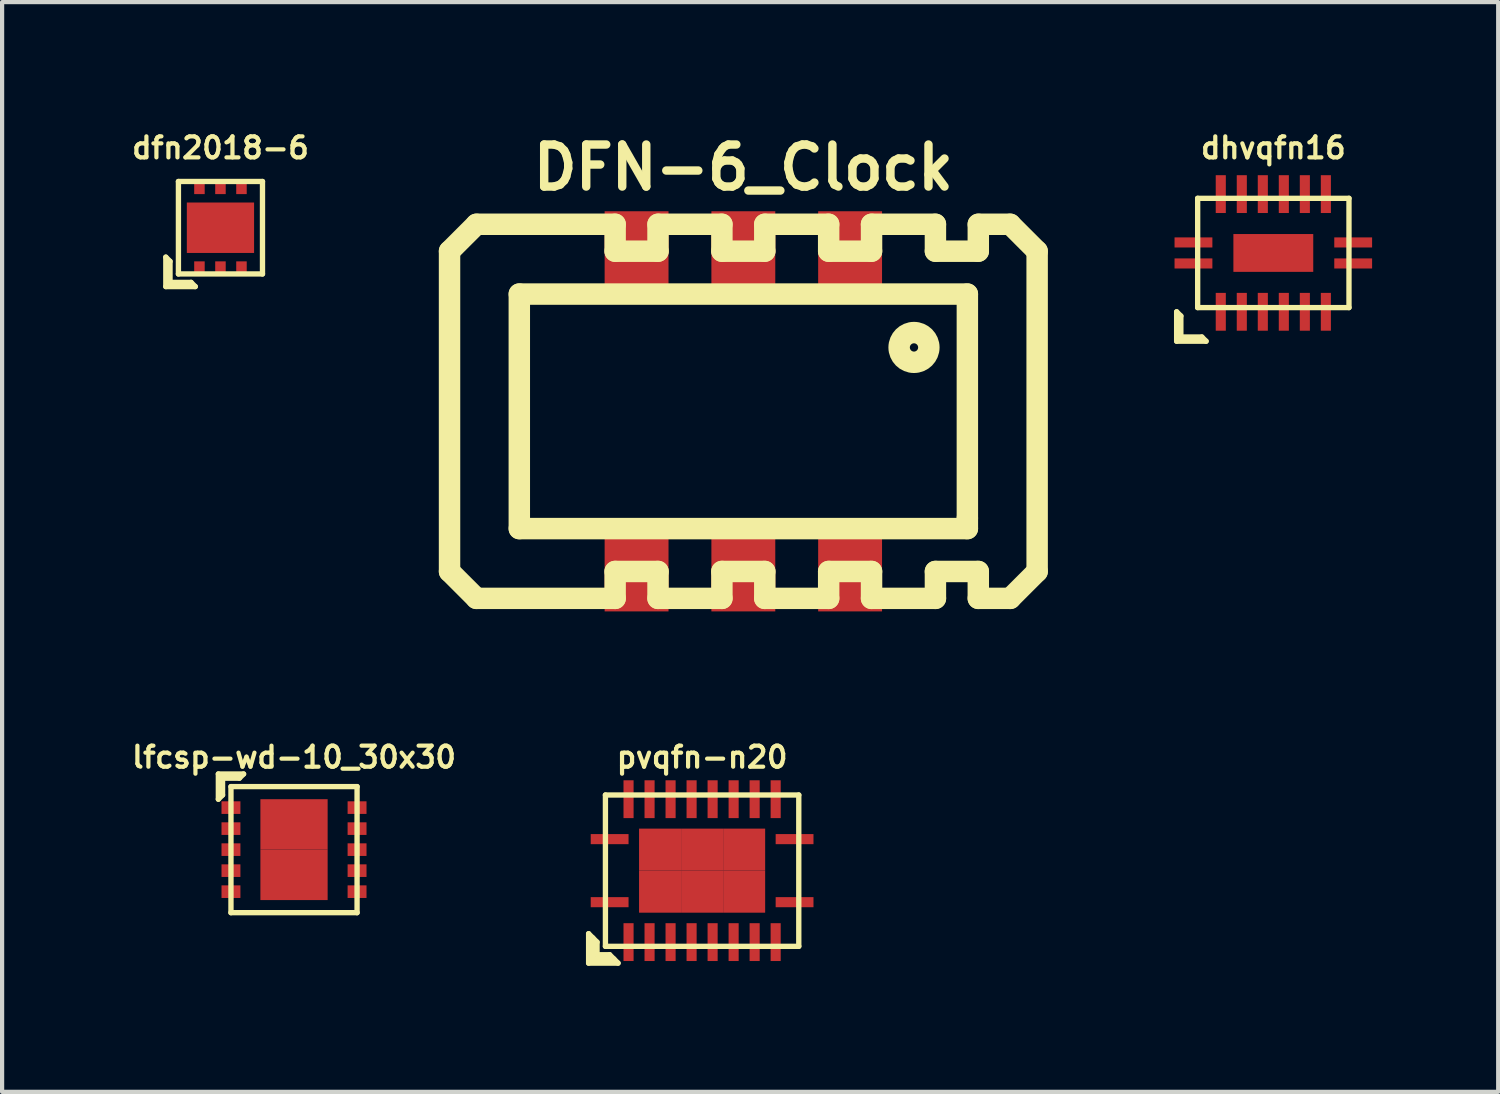
<source format=kicad_pcb>
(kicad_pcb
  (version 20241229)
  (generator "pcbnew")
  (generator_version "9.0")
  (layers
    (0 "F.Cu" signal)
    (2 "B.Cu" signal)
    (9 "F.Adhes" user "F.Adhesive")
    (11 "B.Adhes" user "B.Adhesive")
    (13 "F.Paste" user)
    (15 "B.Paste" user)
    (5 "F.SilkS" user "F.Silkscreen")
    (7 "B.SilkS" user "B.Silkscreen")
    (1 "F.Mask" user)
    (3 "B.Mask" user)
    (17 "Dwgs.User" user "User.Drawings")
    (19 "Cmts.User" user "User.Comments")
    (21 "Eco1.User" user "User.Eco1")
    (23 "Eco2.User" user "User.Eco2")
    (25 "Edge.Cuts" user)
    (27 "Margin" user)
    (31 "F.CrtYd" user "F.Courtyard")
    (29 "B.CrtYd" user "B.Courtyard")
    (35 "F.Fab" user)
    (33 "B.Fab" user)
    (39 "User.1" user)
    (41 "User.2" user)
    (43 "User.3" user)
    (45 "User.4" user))
  (footprint "dhvqfn16"
    (layer "F.Cu")
    (at 27.244 2.968)
    (property "Reference" "dhvqfn16" (at 0 -2.5 0) (layer "F.SilkS") (effects (font (size 0.5 0.5) (thickness 0.1))))
    (attr through_hole)
    (fp_line (start -2.3 1.4) (end -2.3 2.1) (stroke (width 0.127) (type solid)) (layer "F.SilkS"))
    (fp_line (start -2.3 2.1) (end -1.6 2.1) (stroke (width 0.127) (type solid)) (layer "F.SilkS"))
    (fp_line (start -2.2 1.5) (end -2.3 1.4) (stroke (width 0.127) (type solid)) (layer "F.SilkS"))
    (fp_line (start -2.2 2) (end -2.2 1.5) (stroke (width 0.127) (type solid)) (layer "F.SilkS"))
    (fp_line (start -1.8 -1.3) (end 1.8 -1.3) (stroke (width 0.127) (type solid)) (layer "F.SilkS"))
    (fp_line (start -1.8 1.3) (end -1.8 -1.3) (stroke (width 0.127) (type solid)) (layer "F.SilkS"))
    (fp_line (start -1.7 2) (end -2.2 2) (stroke (width 0.127) (type solid)) (layer "F.SilkS"))
    (fp_line (start -1.6 2.1) (end -1.7 2) (stroke (width 0.127) (type solid)) (layer "F.SilkS"))
    (fp_line (start 1.8 -1.3) (end 1.8 1.3) (stroke (width 0.127) (type solid)) (layer "F.SilkS"))
    (fp_line (start 1.8 1.3) (end -1.8 1.3) (stroke (width 0.127) (type solid)) (layer "F.SilkS"))
    (pad "" smd rect (at -0.35 0) (size 0.4 0.4) (layers "F.Paste"))
    (pad "" smd rect (at 0.35 0) (size 0.4 0.4) (layers "F.Paste"))
    (pad "1" smd rect (at -1.9 0.25) (size 0.9 0.24) (layers "F.Cu" "F.Mask" "F.Paste"))
    (pad "2" smd rect (at -1.25 1.4) (size 0.24 0.9) (layers "F.Cu" "F.Mask" "F.Paste"))
    (pad "3" smd rect (at -0.75 1.4) (size 0.24 0.9) (layers "F.Cu" "F.Mask" "F.Paste"))
    (pad "4" smd rect (at -0.25 1.4) (size 0.24 0.9) (layers "F.Cu" "F.Mask" "F.Paste"))
    (pad "5" smd rect (at 0.25 1.4) (size 0.24 0.9) (layers "F.Cu" "F.Mask" "F.Paste"))
    (pad "6" smd rect (at 0.75 1.4) (size 0.24 0.9) (layers "F.Cu" "F.Mask" "F.Paste"))
    (pad "7" smd rect (at 1.25 1.4) (size 0.24 0.9) (layers "F.Cu" "F.Mask" "F.Paste"))
    (pad "8" smd rect (at 1.9 0.25) (size 0.9 0.24) (layers "F.Cu" "F.Mask" "F.Paste"))
    (pad "9" smd rect (at 1.9 -0.25) (size 0.9 0.24) (layers "F.Cu" "F.Mask" "F.Paste"))
    (pad "10" smd rect (at 1.25 -1.4) (size 0.24 0.9) (layers "F.Cu" "F.Mask" "F.Paste"))
    (pad "11" smd rect (at 0.75 -1.4) (size 0.24 0.9) (layers "F.Cu" "F.Mask" "F.Paste"))
    (pad "12" smd rect (at 0.25 -1.4) (size 0.24 0.9) (layers "F.Cu" "F.Mask" "F.Paste"))
    (pad "13" smd rect (at -0.25 -1.4) (size 0.24 0.9) (layers "F.Cu" "F.Mask" "F.Paste"))
    (pad "14" smd rect (at -0.75 -1.4) (size 0.24 0.9) (layers "F.Cu" "F.Mask" "F.Paste"))
    (pad "15" smd rect (at -1.25 -1.4) (size 0.24 0.9) (layers "F.Cu" "F.Mask" "F.Paste"))
    (pad "16" smd rect (at -1.9 -0.25) (size 0.9 0.24) (layers "F.Cu" "F.Mask" "F.Paste"))
    (pad "17" smd rect (at 0 0) (size 1.9 0.9) (layers "F.Cu" "F.Mask")))
  (footprint "dfn2018-6"
    (layer "F.Cu")
    (at 2.195 2.368)
    (property "Reference" "dfn2018-6" (at 0 -1.9 0) (layer "F.SilkS") (effects (font (size 0.5 0.5) (thickness 0.1))))
    (attr through_hole)
    (fp_line (start -1.3 0.7) (end -1.3 1.4) (stroke (width 0.127) (type solid)) (layer "F.SilkS"))
    (fp_line (start -1.3 0.7) (end -1.2 0.8) (stroke (width 0.127) (type solid)) (layer "F.SilkS"))
    (fp_line (start -1.3 1.4) (end -0.6 1.4) (stroke (width 0.127) (type solid)) (layer "F.SilkS"))
    (fp_line (start -1.2 1.3) (end -1.2 0.8) (stroke (width 0.127) (type solid)) (layer "F.SilkS"))
    (fp_line (start -1 -1.1) (end 1 -1.1) (stroke (width 0.127) (type solid)) (layer "F.SilkS"))
    (fp_line (start -1 1.1) (end -1 -1.1) (stroke (width 0.127) (type solid)) (layer "F.SilkS"))
    (fp_line (start -0.7 1.3) (end -1.2 1.3) (stroke (width 0.127) (type solid)) (layer "F.SilkS"))
    (fp_line (start -0.7 1.3) (end -0.6 1.4) (stroke (width 0.127) (type solid)) (layer "F.SilkS"))
    (fp_line (start 1 -1.1) (end 1 1.1) (stroke (width 0.127) (type solid)) (layer "F.SilkS"))
    (fp_line (start 1 1.1) (end -1 1.1) (stroke (width 0.127) (type solid)) (layer "F.SilkS"))
    (pad "1" smd rect (at -0.5 0.975) (size 0.25 0.35) (layers "F.Cu" "F.Mask" "F.Paste"))
    (pad "2" smd rect (at 0 0.975) (size 0.25 0.35) (layers "F.Cu" "F.Mask" "F.Paste"))
    (pad "3" smd rect (at 0.5 0.975) (size 0.25 0.35) (layers "F.Cu" "F.Mask" "F.Paste"))
    (pad "4" smd rect (at 0.5 -0.975) (size 0.25 0.35) (layers "F.Cu" "F.Mask" "F.Paste"))
    (pad "5" smd rect (at 0 -0.975) (size 0.25 0.35) (layers "F.Cu" "F.Mask" "F.Paste"))
    (pad "6" smd rect (at -0.5 -0.975) (size 0.25 0.35) (layers "F.Cu" "F.Mask" "F.Paste"))
    (pad "7" smd rect (at 0 0) (size 1.6 1.2) (layers "F.Cu" "F.Mask" "F.Paste")))
  (footprint "lfcsp-wd-10_30x30"
    (layer "F.Cu")
    (at 3.945 17.164)
    (property "Reference" "lfcsp-wd-10_30x30" (at 0 -2.2 0) (layer "F.SilkS") (effects (font (size 0.5 0.5) (thickness 0.1))))
    (attr through_hole)
    (fp_line (start -1.8 -1.8) (end -1.8 -1.2) (stroke (width 0.127) (type solid)) (layer "F.SilkS"))
    (fp_line (start -1.8 -1.2) (end -1.7 -1.3) (stroke (width 0.127) (type solid)) (layer "F.SilkS"))
    (fp_line (start -1.7 -1.7) (end -1.3 -1.7) (stroke (width 0.127) (type solid)) (layer "F.SilkS"))
    (fp_line (start -1.7 -1.3) (end -1.7 -1.7) (stroke (width 0.127) (type solid)) (layer "F.SilkS"))
    (fp_line (start -1.5 -1.5) (end -1.5 1.5) (stroke (width 0.127) (type solid)) (layer "F.SilkS"))
    (fp_line (start -1.5 1.5) (end 1.5 1.5) (stroke (width 0.127) (type solid)) (layer "F.SilkS"))
    (fp_line (start -1.3 -1.7) (end -1.2 -1.8) (stroke (width 0.127) (type solid)) (layer "F.SilkS"))
    (fp_line (start -1.2 -1.8) (end -1.8 -1.8) (stroke (width 0.127) (type solid)) (layer "F.SilkS"))
    (fp_line (start 1.5 -1.5) (end -1.5 -1.5) (stroke (width 0.127) (type solid)) (layer "F.SilkS"))
    (fp_line (start 1.5 1.5) (end 1.5 -1.5) (stroke (width 0.127) (type solid)) (layer "F.SilkS"))
    (pad "1" smd rect (at -1.5 -1) (size 0.45 0.3) (layers "F.Cu" "F.Mask" "F.Paste"))
    (pad "2" smd rect (at -1.5 -0.5) (size 0.45 0.3) (layers "F.Cu" "F.Mask" "F.Paste"))
    (pad "3" smd rect (at -1.5 0) (size 0.45 0.3) (layers "F.Cu" "F.Mask" "F.Paste"))
    (pad "4" smd rect (at -1.5 0.5) (size 0.45 0.3) (layers "F.Cu" "F.Mask" "F.Paste"))
    (pad "5" smd rect (at -1.5 1) (size 0.45 0.3) (layers "F.Cu" "F.Mask" "F.Paste"))
    (pad "6" smd rect (at 1.5 1) (size 0.45 0.3) (layers "F.Cu" "F.Mask" "F.Paste"))
    (pad "7" smd rect (at 1.5 0.5) (size 0.45 0.3) (layers "F.Cu" "F.Mask" "F.Paste"))
    (pad "8" smd rect (at 1.5 0) (size 0.45 0.3) (layers "F.Cu" "F.Mask" "F.Paste"))
    (pad "9" smd rect (at 1.5 -0.5) (size 0.45 0.3) (layers "F.Cu" "F.Mask" "F.Paste"))
    (pad "10" smd rect (at 1.5 -1) (size 0.45 0.3) (layers "F.Cu" "F.Mask" "F.Paste"))
    (pad "11" smd rect (at 0 -0.6) (size 1.6 1.2) (layers "F.Cu" "F.Mask" "F.Paste"))
    (pad "11" smd rect (at 0 0.6) (size 1.6 1.2) (layers "F.Cu" "F.Mask" "F.Paste")))
  (footprint "DFN-6_Clock"
    (layer "F.Cu")
    (at 14.635 6.736)
    (property "Reference" "DFN-6_Clock" (at 0 -5.8 0) (layer "F.SilkS") (effects (font (size 1 1) (thickness 0.2))))
    (attr through_hole)
    (fp_line (start -6.99 -3.81) (end -6.99 3.81) (stroke (width 0.51) (type solid)) (layer "F.SilkS"))
    (fp_line (start -6.99 3.81) (end -6.35 4.45) (stroke (width 0.51) (type solid)) (layer "F.SilkS"))
    (fp_line (start -6.35 -4.45) (end -6.99 -3.81) (stroke (width 0.51) (type solid)) (layer "F.SilkS"))
    (fp_line (start -6.35 4.45) (end -3.05 4.45) (stroke (width 0.51) (type solid)) (layer "F.SilkS"))
    (fp_line (start -5.33 -2.79) (end 5.33 -2.79) (stroke (width 0.51) (type solid)) (layer "F.SilkS"))
    (fp_line (start -5.33 2.79) (end -5.33 -2.79) (stroke (width 0.51) (type solid)) (layer "F.SilkS"))
    (fp_line (start -3.05 -4.45) (end -6.35 -4.45) (stroke (width 0.51) (type solid)) (layer "F.SilkS"))
    (fp_line (start -3.05 -3.81) (end -3.05 -4.45) (stroke (width 0.51) (type solid)) (layer "F.SilkS"))
    (fp_line (start -3.05 3.81) (end -2.03 3.81) (stroke (width 0.51) (type solid)) (layer "F.SilkS"))
    (fp_line (start -3.05 4.45) (end -3.05 3.81) (stroke (width 0.51) (type solid)) (layer "F.SilkS"))
    (fp_line (start -2.03 -4.45) (end -2.03 -3.81) (stroke (width 0.51) (type solid)) (layer "F.SilkS"))
    (fp_line (start -2.03 -3.81) (end -3.05 -3.81) (stroke (width 0.51) (type solid)) (layer "F.SilkS"))
    (fp_line (start -2.03 3.81) (end -2.03 4.45) (stroke (width 0.51) (type solid)) (layer "F.SilkS"))
    (fp_line (start -2.03 4.45) (end -0.51 4.45) (stroke (width 0.51) (type solid)) (layer "F.SilkS"))
    (fp_line (start -0.51 -4.45) (end -2.03 -4.45) (stroke (width 0.51) (type solid)) (layer "F.SilkS"))
    (fp_line (start -0.51 -3.81) (end -0.51 -4.45) (stroke (width 0.51) (type solid)) (layer "F.SilkS"))
    (fp_line (start -0.51 3.81) (end 0.51 3.81) (stroke (width 0.51) (type solid)) (layer "F.SilkS"))
    (fp_line (start -0.51 4.45) (end -0.51 3.81) (stroke (width 0.51) (type solid)) (layer "F.SilkS"))
    (fp_line (start 0.51 -4.45) (end 0.51 -3.81) (stroke (width 0.51) (type solid)) (layer "F.SilkS"))
    (fp_line (start 0.51 -3.81) (end -0.51 -3.81) (stroke (width 0.51) (type solid)) (layer "F.SilkS"))
    (fp_line (start 0.51 3.81) (end 0.51 4.45) (stroke (width 0.51) (type solid)) (layer "F.SilkS"))
    (fp_line (start 0.51 4.45) (end 2.03 4.45) (stroke (width 0.51) (type solid)) (layer "F.SilkS"))
    (fp_line (start 2.03 -4.45) (end 0.51 -4.45) (stroke (width 0.51) (type solid)) (layer "F.SilkS"))
    (fp_line (start 2.03 -3.81) (end 2.03 -4.45) (stroke (width 0.51) (type solid)) (layer "F.SilkS"))
    (fp_line (start 2.03 3.81) (end 3.05 3.81) (stroke (width 0.51) (type solid)) (layer "F.SilkS"))
    (fp_line (start 2.03 4.45) (end 2.03 3.81) (stroke (width 0.51) (type solid)) (layer "F.SilkS"))
    (fp_line (start 3.05 -4.45) (end 3.05 -3.81) (stroke (width 0.51) (type solid)) (layer "F.SilkS"))
    (fp_line (start 3.05 -3.81) (end 2.03 -3.81) (stroke (width 0.51) (type solid)) (layer "F.SilkS"))
    (fp_line (start 3.05 3.81) (end 3.05 4.45) (stroke (width 0.51) (type solid)) (layer "F.SilkS"))
    (fp_line (start 3.05 4.45) (end 4.57 4.45) (stroke (width 0.51) (type solid)) (layer "F.SilkS"))
    (fp_line (start 4.57 -4.45) (end 3.05 -4.45) (stroke (width 0.51) (type solid)) (layer "F.SilkS"))
    (fp_line (start 4.57 -3.81) (end 4.57 -4.45) (stroke (width 0.51) (type solid)) (layer "F.SilkS"))
    (fp_line (start 4.57 3.81) (end 5.59 3.81) (stroke (width 0.51) (type solid)) (layer "F.SilkS"))
    (fp_line (start 4.57 4.45) (end 4.57 3.81) (stroke (width 0.51) (type solid)) (layer "F.SilkS"))
    (fp_line (start 5.33 -2.79) (end 5.33 2.54) (stroke (width 0.51) (type solid)) (layer "F.SilkS"))
    (fp_line (start 5.33 2.54) (end 5.33 2.79) (stroke (width 0.51) (type solid)) (layer "F.SilkS"))
    (fp_line (start 5.33 2.79) (end -5.33 2.79) (stroke (width 0.51) (type solid)) (layer "F.SilkS"))
    (fp_line (start 5.59 -4.45) (end 5.59 -3.81) (stroke (width 0.51) (type solid)) (layer "F.SilkS"))
    (fp_line (start 5.59 -3.81) (end 4.57 -3.81) (stroke (width 0.51) (type solid)) (layer "F.SilkS"))
    (fp_line (start 5.59 3.81) (end 5.59 4.45) (stroke (width 0.51) (type solid)) (layer "F.SilkS"))
    (fp_line (start 5.59 4.45) (end 6.35 4.45) (stroke (width 0.51) (type solid)) (layer "F.SilkS"))
    (fp_line (start 6.35 -4.45) (end 5.59 -4.45) (stroke (width 0.51) (type solid)) (layer "F.SilkS"))
    (fp_line (start 6.35 4.45) (end 6.99 3.81) (stroke (width 0.51) (type solid)) (layer "F.SilkS"))
    (fp_line (start 6.99 -3.81) (end 6.35 -4.45) (stroke (width 0.51) (type solid)) (layer "F.SilkS"))
    (fp_line (start 6.99 3.81) (end 6.99 -3.81) (stroke (width 0.51) (type solid)) (layer "F.SilkS"))
    (fp_circle (center 4.06 -1.52) (end 3.81 -1.27) (stroke (width 0.51) (type solid)) (fill no) (layer "F.SilkS"))
    (pad "1" smd rect (at 2.54 -3.68) (size 1.52 2.16) (layers "F.Cu" "F.Mask" "F.Paste"))
    (pad "2" smd rect (at 0 -3.68) (size 1.52 2.16) (layers "F.Cu" "F.Mask" "F.Paste"))
    (pad "3" smd rect (at -2.54 -3.68) (size 1.52 2.16) (layers "F.Cu" "F.Mask" "F.Paste"))
    (pad "4" smd rect (at -2.54 3.68) (size 1.52 2.16) (layers "F.Cu" "F.Mask" "F.Paste"))
    (pad "5" smd rect (at 0 3.68) (size 1.52 2.16) (layers "F.Cu" "F.Mask" "F.Paste"))
    (pad "6" smd rect (at 2.54 3.68) (size 1.52 2.16) (layers "F.Cu" "F.Mask" "F.Paste")))
  (footprint "pvqfn-n20"
    (layer "F.Cu")
    (at 13.654 17.664)
    (property "Reference" "pvqfn-n20" (at 0 -2.7 0) (layer "F.SilkS") (effects (font (size 0.5 0.5) (thickness 0.1))))
    (attr through_hole)
    (fp_line (start -2.7 1.5) (end -2.5 1.7) (stroke (width 0.127) (type solid)) (layer "F.SilkS"))
    (fp_line (start -2.7 2.2) (end -2.7 1.5) (stroke (width 0.127) (type solid)) (layer "F.SilkS"))
    (fp_line (start -2.6 2.1) (end -2.6 1.6) (stroke (width 0.127) (type solid)) (layer "F.SilkS"))
    (fp_line (start -2.5 1.7) (end -2.5 2) (stroke (width 0.127) (type solid)) (layer "F.SilkS"))
    (fp_line (start -2.5 2) (end -2.2 2) (stroke (width 0.127) (type solid)) (layer "F.SilkS"))
    (fp_line (start -2.3 -1.8) (end 2.3 -1.8) (stroke (width 0.127) (type solid)) (layer "F.SilkS"))
    (fp_line (start -2.3 1.8) (end -2.3 -1.8) (stroke (width 0.127) (type solid)) (layer "F.SilkS"))
    (fp_line (start -2.1 2.1) (end -2.6 2.1) (stroke (width 0.127) (type solid)) (layer "F.SilkS"))
    (fp_line (start -2 2.2) (end -2.7 2.2) (stroke (width 0.127) (type solid)) (layer "F.SilkS"))
    (fp_line (start -2 2.2) (end -2.2 2) (stroke (width 0.127) (type solid)) (layer "F.SilkS"))
    (fp_line (start 2.3 -1.8) (end 2.3 1.8) (stroke (width 0.127) (type solid)) (layer "F.SilkS"))
    (fp_line (start 2.3 1.8) (end -2.3 1.8) (stroke (width 0.127) (type solid)) (layer "F.SilkS"))
    (pad "1" smd rect (at -2.2 0.75) (size 0.9 0.24) (layers "F.Cu" "F.Mask" "F.Paste"))
    (pad "2" smd rect (at -1.75 1.7) (size 0.24 0.9) (layers "F.Cu" "F.Mask" "F.Paste"))
    (pad "3" smd rect (at -1.25 1.7) (size 0.24 0.9) (layers "F.Cu" "F.Mask" "F.Paste"))
    (pad "4" smd rect (at -0.75 1.7) (size 0.24 0.9) (layers "F.Cu" "F.Mask" "F.Paste"))
    (pad "5" smd rect (at -0.25 1.7) (size 0.24 0.9) (layers "F.Cu" "F.Mask" "F.Paste"))
    (pad "6" smd rect (at 0.25 1.7) (size 0.24 0.9) (layers "F.Cu" "F.Mask" "F.Paste"))
    (pad "7" smd rect (at 0.75 1.7) (size 0.24 0.9) (layers "F.Cu" "F.Mask" "F.Paste"))
    (pad "8" smd rect (at 1.25 1.7) (size 0.24 0.9) (layers "F.Cu" "F.Mask" "F.Paste"))
    (pad "9" smd rect (at 1.75 1.7) (size 0.24 0.9) (layers "F.Cu" "F.Mask" "F.Paste"))
    (pad "10" smd rect (at 2.2 0.75) (size 0.9 0.24) (layers "F.Cu" "F.Mask" "F.Paste"))
    (pad "11" smd rect (at 2.2 -0.75) (size 0.9 0.24) (layers "F.Cu" "F.Mask" "F.Paste"))
    (pad "12" smd rect (at 1.75 -1.7) (size 0.24 0.9) (layers "F.Cu" "F.Mask" "F.Paste"))
    (pad "13" smd rect (at 1.25 -1.7) (size 0.24 0.9) (layers "F.Cu" "F.Mask" "F.Paste"))
    (pad "14" smd rect (at 0.75 -1.7) (size 0.24 0.9) (layers "F.Cu" "F.Mask" "F.Paste"))
    (pad "15" smd rect (at 0.25 -1.7) (size 0.24 0.9) (layers "F.Cu" "F.Mask" "F.Paste"))
    (pad "16" smd rect (at -0.25 -1.7) (size 0.24 0.9) (layers "F.Cu" "F.Mask" "F.Paste"))
    (pad "17" smd rect (at -0.75 -1.7) (size 0.24 0.9) (layers "F.Cu" "F.Mask" "F.Paste"))
    (pad "18" smd rect (at -1.25 -1.7) (size 0.24 0.9) (layers "F.Cu" "F.Mask" "F.Paste"))
    (pad "19" smd rect (at -1.75 -1.7) (size 0.24 0.9) (layers "F.Cu" "F.Mask" "F.Paste"))
    (pad "20" smd rect (at -2.2 -0.75) (size 0.9 0.24) (layers "F.Cu" "F.Mask" "F.Paste"))
    (pad "21" smd rect (at -1 -0.5) (size 1 1) (layers "F.Cu" "F.Mask" "F.Paste"))
    (pad "21" smd rect (at -1 0.5) (size 1 1) (layers "F.Cu" "F.Mask" "F.Paste"))
    (pad "21" smd rect (at 0 -0.5) (size 1 1) (layers "F.Cu" "F.Mask" "F.Paste"))
    (pad "21" smd rect (at 0 0.5) (size 1 1) (layers "F.Cu" "F.Mask" "F.Paste"))
    (pad "21" smd rect (at 1 -0.5) (size 1 1) (layers "F.Cu" "F.Mask" "F.Paste"))
    (pad "21" smd rect (at 1 0.5) (size 1 1) (layers "F.Cu" "F.Mask" "F.Paste")))
  (gr_rect
    (start -3 -3)
    (end 32.594 22.927)
    (stroke (width 0.1) (type default))
    (fill no)
    (layer "Edge.Cuts")))
</source>
